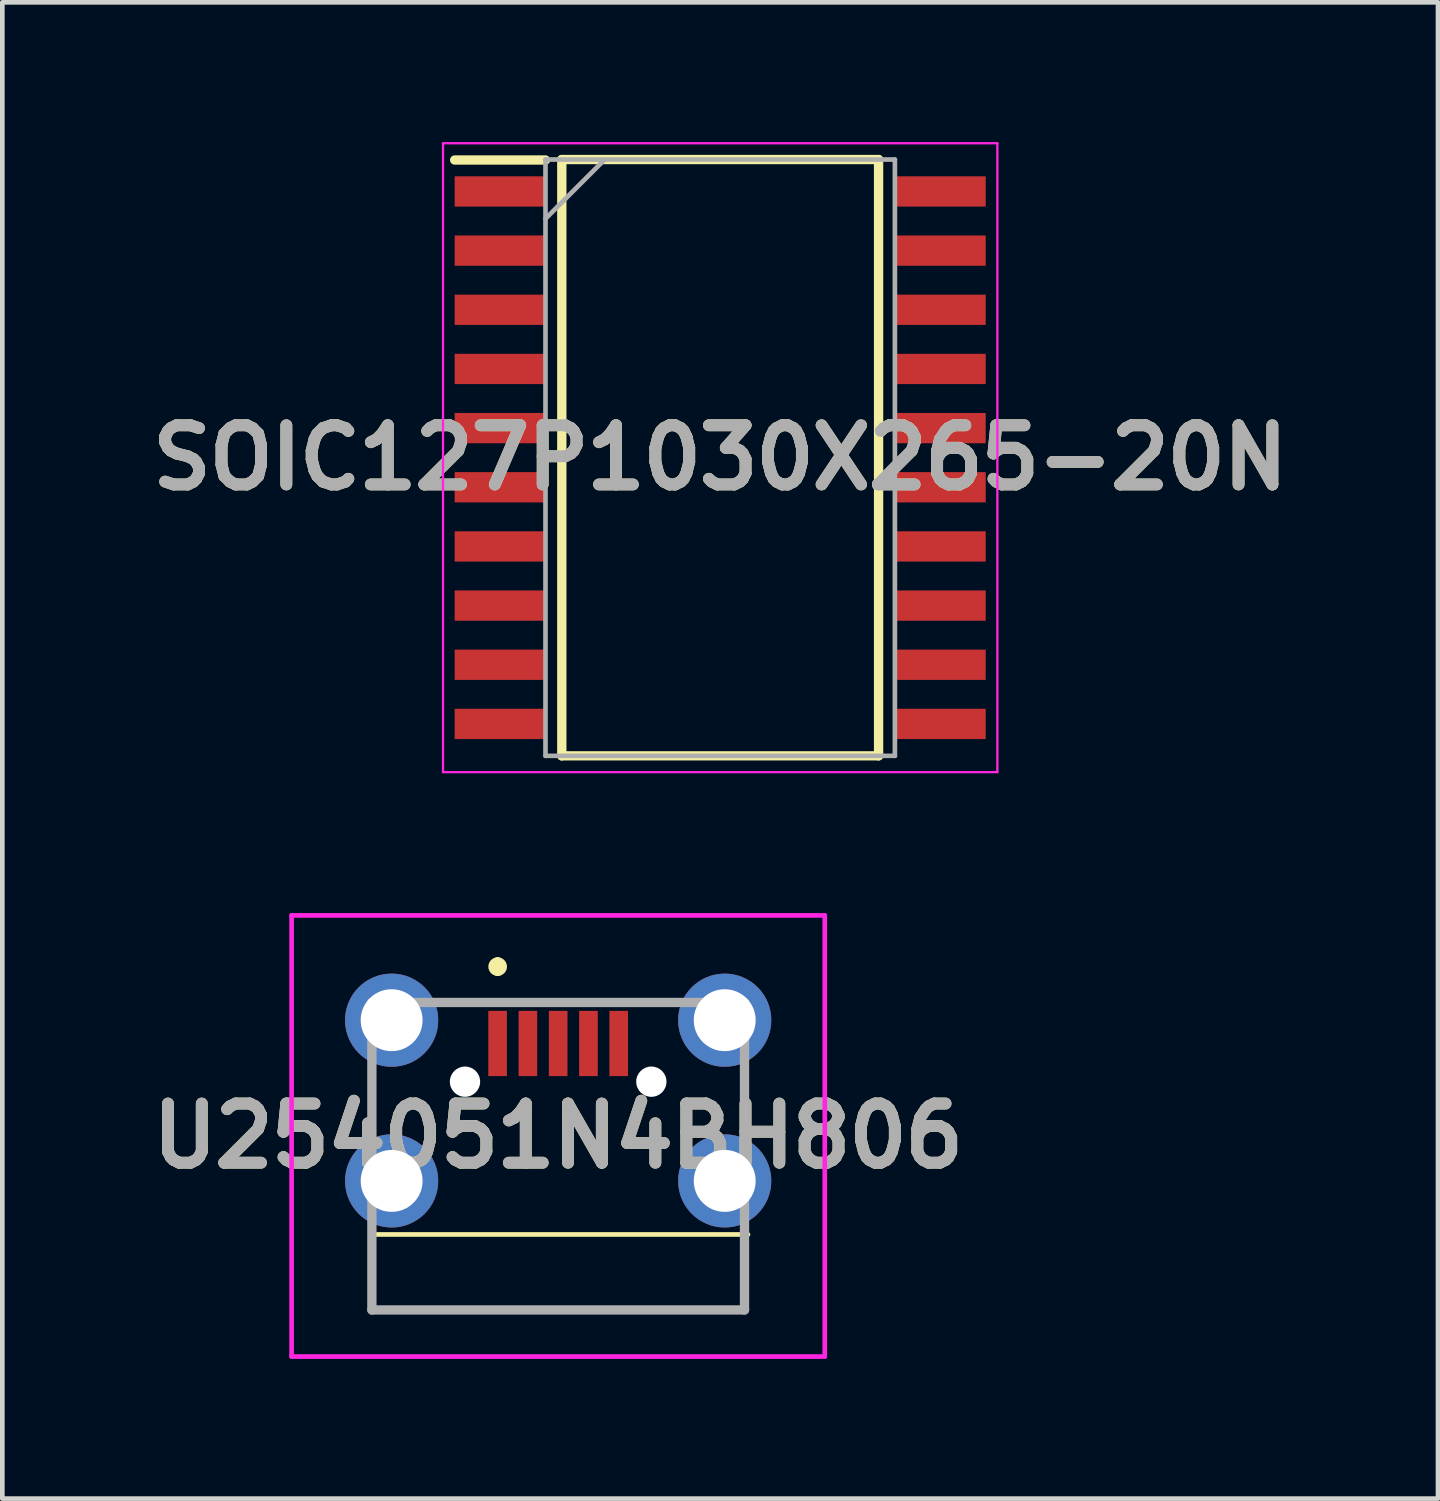
<source format=kicad_pcb>
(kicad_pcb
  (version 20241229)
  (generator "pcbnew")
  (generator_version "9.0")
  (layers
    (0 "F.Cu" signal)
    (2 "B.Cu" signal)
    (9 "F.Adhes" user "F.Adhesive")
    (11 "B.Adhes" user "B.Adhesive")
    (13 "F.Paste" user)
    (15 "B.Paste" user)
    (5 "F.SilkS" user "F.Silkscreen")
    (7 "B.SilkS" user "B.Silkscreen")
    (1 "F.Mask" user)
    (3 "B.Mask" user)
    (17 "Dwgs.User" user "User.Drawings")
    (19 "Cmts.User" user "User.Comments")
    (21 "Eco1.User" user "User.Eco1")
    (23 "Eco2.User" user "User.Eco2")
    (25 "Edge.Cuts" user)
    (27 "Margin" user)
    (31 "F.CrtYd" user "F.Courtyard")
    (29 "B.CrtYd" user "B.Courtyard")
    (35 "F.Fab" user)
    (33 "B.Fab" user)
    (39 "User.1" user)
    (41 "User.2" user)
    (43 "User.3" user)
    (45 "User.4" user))
  (footprint "U254051N4BH806"
    (layer "F.Cu")
    (at 8.932 21.335)
    (property "Reference" "U254051N4BH806" (at 0 0 0) (layer "F.SilkS") (effects (font (size 1.27 1.27) (thickness 0.254))))
    (attr through_hole)
    (fp_line (start -3.924 2.115) (end 4.075 2.115) (stroke (width 0.1) (type solid)) (layer "F.SilkS"))
    (fp_line (start -1.299 -3.735) (end -1.299 -3.735) (stroke (width 0.2) (type solid)) (layer "F.SilkS"))
    (fp_line (start -1.299 -3.535) (end -1.299 -3.535) (stroke (width 0.2) (type solid)) (layer "F.SilkS"))
    (fp_arc (start -1.299 -3.735) (mid -1.199 -3.635) (end -1.299 -3.535) (stroke (width 0.2) (type solid)) (layer "F.SilkS"))
    (fp_arc (start -1.299 -3.535) (mid -1.399 -3.635) (end -1.299 -3.735) (stroke (width 0.2) (type solid)) (layer "F.SilkS"))
    (fp_line (start -5.722 -4.735) (end 5.723 -4.735) (stroke (width 0.1) (type solid)) (layer "F.CrtYd"))
    (fp_line (start -5.722 4.735) (end -5.722 -4.735) (stroke (width 0.1) (type solid)) (layer "F.CrtYd"))
    (fp_line (start 5.723 -4.735) (end 5.723 4.735) (stroke (width 0.1) (type solid)) (layer "F.CrtYd"))
    (fp_line (start 5.723 4.735) (end -5.722 4.735) (stroke (width 0.1) (type solid)) (layer "F.CrtYd"))
    (fp_line (start -3.999 -2.865) (end 4 -2.865) (stroke (width 0.2) (type solid)) (layer "F.Fab"))
    (fp_line (start -3.999 3.735) (end -3.999 -2.865) (stroke (width 0.2) (type solid)) (layer "F.Fab"))
    (fp_line (start 4 -2.865) (end 4 3.735) (stroke (width 0.2) (type solid)) (layer "F.Fab"))
    (fp_line (start 4 3.735) (end -3.999 3.735) (stroke (width 0.2) (type solid)) (layer "F.Fab"))
    (fp_text user "${REFERENCE}" (at 0 0 0) (layer "F.Fab") (effects (font (size 1.27 1.27) (thickness 0.254))))
    (pad "" np_thru_hole circle (at -2 -1.165) (size 0.65 0.65) (drill 0.65) (layers "*.Cu" "*.Mask"))
    (pad "" np_thru_hole circle (at 2 -1.165) (size 0.65 0.65) (drill 0.65) (layers "*.Cu" "*.Mask"))
    (pad "1" smd rect (at -1.3 -1.985) (size 0.4 1.4) (layers "F.Cu" "F.Mask" "F.Paste"))
    (pad "2" smd rect (at -0.65 -1.985) (size 0.4 1.4) (layers "F.Cu" "F.Mask" "F.Paste"))
    (pad "3" smd rect (at 0 -1.985) (size 0.4 1.4) (layers "F.Cu" "F.Mask" "F.Paste"))
    (pad "4" smd rect (at 0.65 -1.985) (size 0.4 1.4) (layers "F.Cu" "F.Mask" "F.Paste"))
    (pad "5" smd rect (at 1.3 -1.985) (size 0.4 1.4) (layers "F.Cu" "F.Mask" "F.Paste"))
    (pad "MH1" thru_hole circle (at -3.575 0.965) (size 2 2) (drill 1.329) (layers "*.Cu" "*.Mask"))
    (pad "MH2" thru_hole circle (at 3.575 0.965) (size 2 2) (drill 1.329) (layers "*.Cu" "*.Mask"))
    (pad "MH3" thru_hole circle (at 3.575 -2.485) (size 2 2) (drill 1.329) (layers "*.Cu" "*.Mask"))
    (pad "MH4" thru_hole circle (at -3.575 -2.485) (size 2 2) (drill 1.329) (layers "*.Cu" "*.Mask")))
  (footprint "SOIC127P1030X265-20N"
    (layer "F.Cu")
    (at 12.41 6.775)
    (property "Reference" "SOIC127P1030X265-20N" (at 0 0 0) (layer "F.SilkS") (effects (font (size 1.27 1.27) (thickness 0.254))))
    (attr smd)
    (fp_line (start -5.7 -6.39) (end -3.75 -6.39) (stroke (width 0.2) (type solid)) (layer "F.SilkS"))
    (fp_line (start -3.4 -6.4) (end 3.4 -6.4) (stroke (width 0.2) (type solid)) (layer "F.SilkS"))
    (fp_line (start -3.4 6.4) (end -3.4 -6.4) (stroke (width 0.2) (type solid)) (layer "F.SilkS"))
    (fp_line (start 3.4 -6.4) (end 3.4 6.4) (stroke (width 0.2) (type solid)) (layer "F.SilkS"))
    (fp_line (start 3.4 6.4) (end -3.4 6.4) (stroke (width 0.2) (type solid)) (layer "F.SilkS"))
    (fp_line (start -5.95 -6.75) (end 5.95 -6.75) (stroke (width 0.05) (type solid)) (layer "F.CrtYd"))
    (fp_line (start -5.95 6.75) (end -5.95 -6.75) (stroke (width 0.05) (type solid)) (layer "F.CrtYd"))
    (fp_line (start 5.95 -6.75) (end 5.95 6.75) (stroke (width 0.05) (type solid)) (layer "F.CrtYd"))
    (fp_line (start 5.95 6.75) (end -5.95 6.75) (stroke (width 0.05) (type solid)) (layer "F.CrtYd"))
    (fp_line (start -3.75 -6.4) (end 3.75 -6.4) (stroke (width 0.1) (type solid)) (layer "F.Fab"))
    (fp_line (start -3.75 -5.13) (end -2.48 -6.4) (stroke (width 0.1) (type solid)) (layer "F.Fab"))
    (fp_line (start -3.75 6.4) (end -3.75 -6.4) (stroke (width 0.1) (type solid)) (layer "F.Fab"))
    (fp_line (start 3.75 -6.4) (end 3.75 6.4) (stroke (width 0.1) (type solid)) (layer "F.Fab"))
    (fp_line (start 3.75 6.4) (end -3.75 6.4) (stroke (width 0.1) (type solid)) (layer "F.Fab"))
    (fp_text user "${REFERENCE}" (at 0 0 0) (layer "F.Fab") (effects (font (size 1.27 1.27) (thickness 0.254))))
    (pad "1" smd rect (at -4.725 -5.715 90) (size 0.65 1.95) (layers "F.Cu" "F.Mask" "F.Paste"))
    (pad "2" smd rect (at -4.725 -4.445 90) (size 0.65 1.95) (layers "F.Cu" "F.Mask" "F.Paste"))
    (pad "3" smd rect (at -4.725 -3.175 90) (size 0.65 1.95) (layers "F.Cu" "F.Mask" "F.Paste"))
    (pad "4" smd rect (at -4.725 -1.905 90) (size 0.65 1.95) (layers "F.Cu" "F.Mask" "F.Paste"))
    (pad "5" smd rect (at -4.725 -0.635 90) (size 0.65 1.95) (layers "F.Cu" "F.Mask" "F.Paste"))
    (pad "6" smd rect (at -4.725 0.635 90) (size 0.65 1.95) (layers "F.Cu" "F.Mask" "F.Paste"))
    (pad "7" smd rect (at -4.725 1.905 90) (size 0.65 1.95) (layers "F.Cu" "F.Mask" "F.Paste"))
    (pad "8" smd rect (at -4.725 3.175 90) (size 0.65 1.95) (layers "F.Cu" "F.Mask" "F.Paste"))
    (pad "9" smd rect (at -4.725 4.445 90) (size 0.65 1.95) (layers "F.Cu" "F.Mask" "F.Paste"))
    (pad "10" smd rect (at -4.725 5.715 90) (size 0.65 1.95) (layers "F.Cu" "F.Mask" "F.Paste"))
    (pad "11" smd rect (at 4.725 5.715 90) (size 0.65 1.95) (layers "F.Cu" "F.Mask" "F.Paste"))
    (pad "12" smd rect (at 4.725 4.445 90) (size 0.65 1.95) (layers "F.Cu" "F.Mask" "F.Paste"))
    (pad "13" smd rect (at 4.725 3.175 90) (size 0.65 1.95) (layers "F.Cu" "F.Mask" "F.Paste"))
    (pad "14" smd rect (at 4.725 1.905 90) (size 0.65 1.95) (layers "F.Cu" "F.Mask" "F.Paste"))
    (pad "15" smd rect (at 4.725 0.635 90) (size 0.65 1.95) (layers "F.Cu" "F.Mask" "F.Paste"))
    (pad "16" smd rect (at 4.725 -0.635 90) (size 0.65 1.95) (layers "F.Cu" "F.Mask" "F.Paste"))
    (pad "17" smd rect (at 4.725 -1.905 90) (size 0.65 1.95) (layers "F.Cu" "F.Mask" "F.Paste"))
    (pad "18" smd rect (at 4.725 -3.175 90) (size 0.65 1.95) (layers "F.Cu" "F.Mask" "F.Paste"))
    (pad "19" smd rect (at 4.725 -4.445 90) (size 0.65 1.95) (layers "F.Cu" "F.Mask" "F.Paste"))
    (pad "20" smd rect (at 4.725 -5.715 90) (size 0.65 1.95) (layers "F.Cu" "F.Mask" "F.Paste")))
  (gr_rect
    (start -3 -3)
    (end 27.819 29.12)
    (stroke (width 0.1) (type default))
    (fill no)
    (layer "Edge.Cuts")))
</source>
